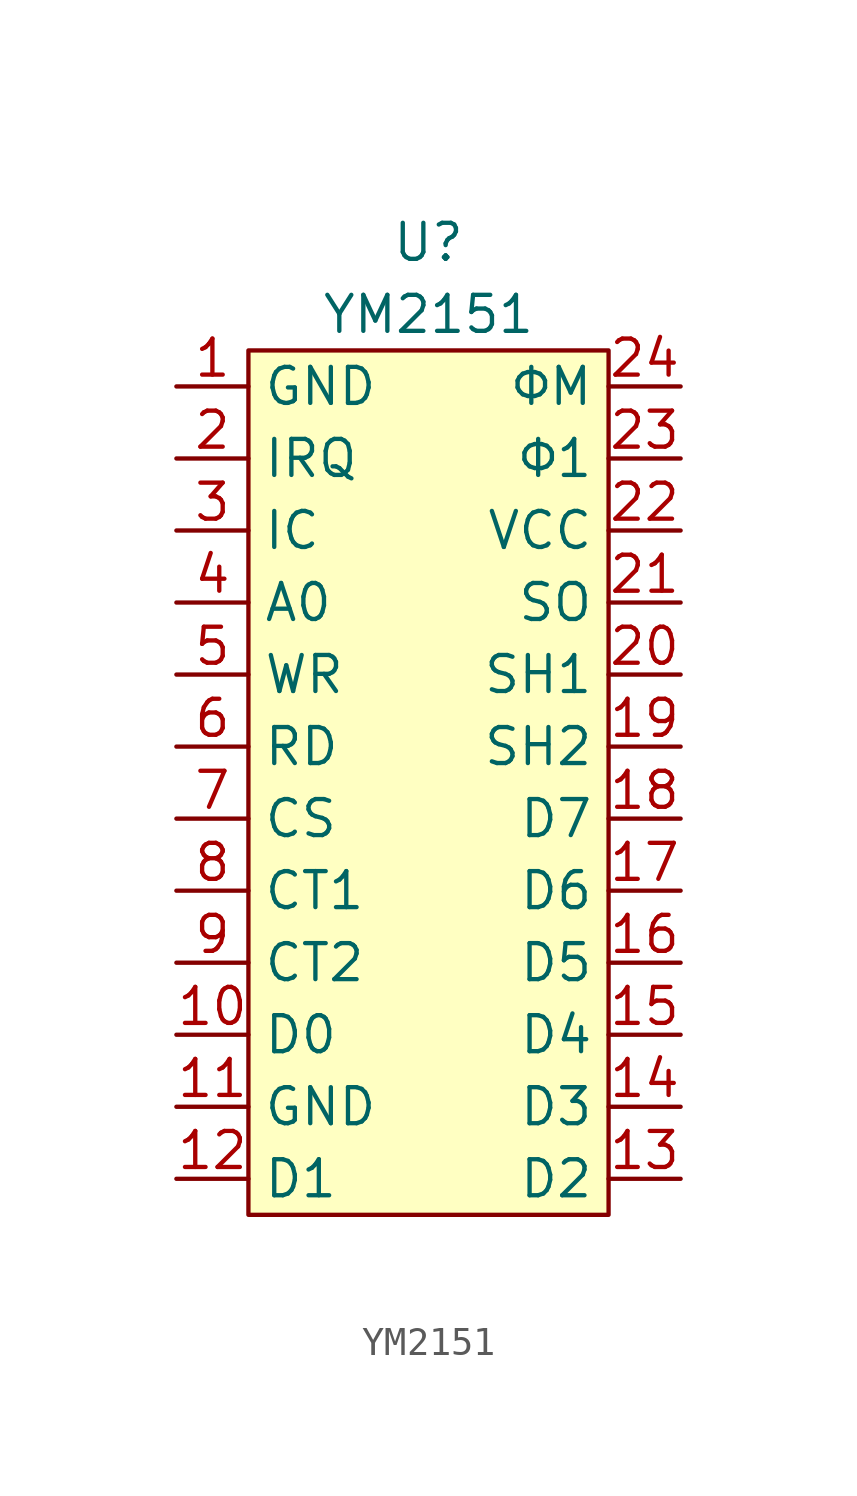
<source format=kicad_sym>
(kicad_symbol_lib
  (version 20211014)
  (generator kicad_symbol_editor)
  (symbol "YM2151"
    (property "Reference" "U"
      (at 0 19.05 0)
      (effects (font (size 1.27 1.27))))
    (property "Value" "YM2151"
      (at 0 16.51 0)
      (effects (font (size 1.27 1.27))))
    (symbol "YM2151_0_1"
      (rectangle (start -6.35 15.24) (end 6.35 -15.24) (stroke (width 0.152) (type default) (color 0 0 0 0)) (fill (type background))))
    (symbol "YM2151_1_1"
      (pin input line (at -8.89 13.97 0) (length 2.54) (name "GND" (effects (font (size 1.27 1.27)))) (number "1" (effects (font (size 1.27 1.27)))))
      (pin input line (at -8.89 -8.89 0) (length 2.54) (name "D0" (effects (font (size 1.27 1.27)))) (number "10" (effects (font (size 1.27 1.27)))))
      (pin input line (at -8.89 -11.43 0) (length 2.54) (name "GND" (effects (font (size 1.27 1.27)))) (number "11" (effects (font (size 1.27 1.27)))))
      (pin input line (at -8.89 -13.97 0) (length 2.54) (name "D1" (effects (font (size 1.27 1.27)))) (number "12" (effects (font (size 1.27 1.27)))))
      (pin input line (at 8.89 -13.97 180) (length 2.54) (name "D2" (effects (font (size 1.27 1.27)))) (number "13" (effects (font (size 1.27 1.27)))))
      (pin input line (at 8.89 -11.43 180) (length 2.54) (name "D3" (effects (font (size 1.27 1.27)))) (number "14" (effects (font (size 1.27 1.27)))))
      (pin input line (at 8.89 -8.89 180) (length 2.54) (name "D4" (effects (font (size 1.27 1.27)))) (number "15" (effects (font (size 1.27 1.27)))))
      (pin input line (at 8.89 -6.35 180) (length 2.54) (name "D5" (effects (font (size 1.27 1.27)))) (number "16" (effects (font (size 1.27 1.27)))))
      (pin input line (at 8.89 -3.81 180) (length 2.54) (name "D6" (effects (font (size 1.27 1.27)))) (number "17" (effects (font (size 1.27 1.27)))))
      (pin input line (at 8.89 -1.27 180) (length 2.54) (name "D7" (effects (font (size 1.27 1.27)))) (number "18" (effects (font (size 1.27 1.27)))))
      (pin input line (at 8.89 1.27 180) (length 2.54) (name "SH2" (effects (font (size 1.27 1.27)))) (number "19" (effects (font (size 1.27 1.27)))))
      (pin input line (at -8.89 11.43 0) (length 2.54) (name "IRQ" (effects (font (size 1.27 1.27)))) (number "2" (effects (font (size 1.27 1.27)))))
      (pin input line (at 8.89 3.81 180) (length 2.54) (name "SH1" (effects (font (size 1.27 1.27)))) (number "20" (effects (font (size 1.27 1.27)))))
      (pin input line (at 8.89 6.35 180) (length 2.54) (name "SO" (effects (font (size 1.27 1.27)))) (number "21" (effects (font (size 1.27 1.27)))))
      (pin input line (at 8.89 8.89 180) (length 2.54) (name "VCC" (effects (font (size 1.27 1.27)))) (number "22" (effects (font (size 1.27 1.27)))))
      (pin input line (at 8.89 11.43 180) (length 2.54) (name "Φ1" (effects (font (size 1.27 1.27)))) (number "23" (effects (font (size 1.27 1.27)))))
      (pin input line (at 8.89 13.97 180) (length 2.54) (name "ΦM" (effects (font (size 1.27 1.27)))) (number "24" (effects (font (size 1.27 1.27)))))
      (pin input line (at -8.89 8.89 0) (length 2.54) (name "IC" (effects (font (size 1.27 1.27)))) (number "3" (effects (font (size 1.27 1.27)))))
      (pin input line (at -8.89 6.35 0) (length 2.54) (name "A0" (effects (font (size 1.27 1.27)))) (number "4" (effects (font (size 1.27 1.27)))))
      (pin input line (at -8.89 3.81 0) (length 2.54) (name "WR" (effects (font (size 1.27 1.27)))) (number "5" (effects (font (size 1.27 1.27)))))
      (pin input line (at -8.89 1.27 0) (length 2.54) (name "RD" (effects (font (size 1.27 1.27)))) (number "6" (effects (font (size 1.27 1.27)))))
      (pin input line (at -8.89 -1.27 0) (length 2.54) (name "CS" (effects (font (size 1.27 1.27)))) (number "7" (effects (font (size 1.27 1.27)))))
      (pin input line (at -8.89 -3.81 0) (length 2.54) (name "CT1" (effects (font (size 1.27 1.27)))) (number "8" (effects (font (size 1.27 1.27)))))
      (pin input line (at -8.89 -6.35 0) (length 2.54) (name "CT2" (effects (font (size 1.27 1.27)))) (number "9" (effects (font (size 1.27 1.27))))))))
</source>
